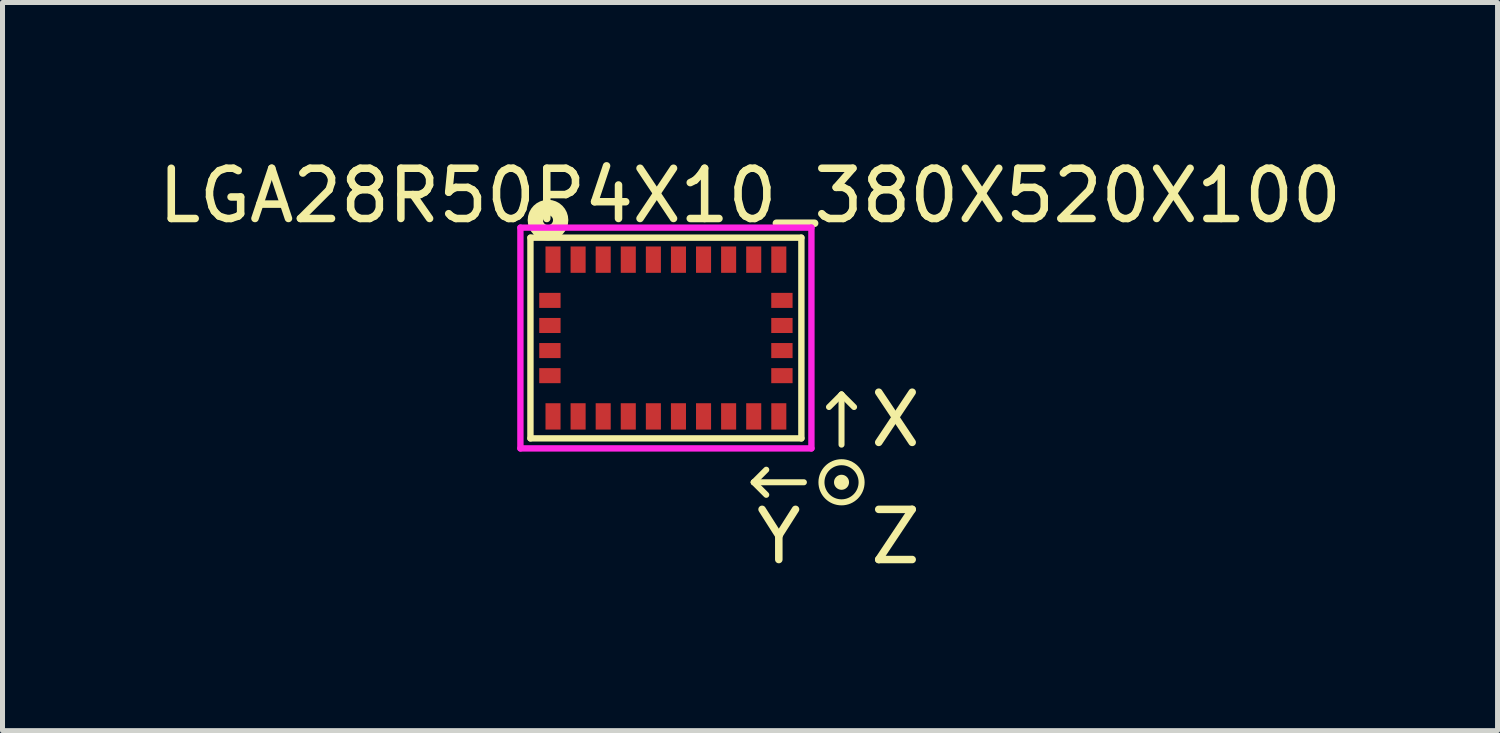
<source format=kicad_pcb>
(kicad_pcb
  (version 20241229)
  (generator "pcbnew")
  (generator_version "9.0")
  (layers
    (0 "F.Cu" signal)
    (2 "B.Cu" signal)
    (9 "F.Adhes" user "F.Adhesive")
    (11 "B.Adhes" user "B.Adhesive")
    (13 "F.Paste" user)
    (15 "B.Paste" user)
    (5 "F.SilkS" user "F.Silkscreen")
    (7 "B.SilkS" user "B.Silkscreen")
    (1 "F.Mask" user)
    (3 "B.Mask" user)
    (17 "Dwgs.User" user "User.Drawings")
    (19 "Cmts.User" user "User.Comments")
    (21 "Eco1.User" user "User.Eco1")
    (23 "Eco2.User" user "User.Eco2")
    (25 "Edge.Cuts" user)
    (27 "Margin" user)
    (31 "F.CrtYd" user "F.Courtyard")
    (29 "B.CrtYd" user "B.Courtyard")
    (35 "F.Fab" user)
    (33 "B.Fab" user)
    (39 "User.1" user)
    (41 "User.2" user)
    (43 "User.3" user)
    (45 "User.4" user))
  (footprint "LGA28R50P4X10_380X520X100"
    (layer "F.Cu")
    (at 10.222 3.687)
    (property "Reference" "LGA28R50P4X10_380X520X100" (at 1.677 -2.838 0) (layer "F.SilkS") (effects (font (size 1.001 1.001) (thickness 0.15))))
    (attr smd allow_soldermask_bridges)
    (fp_line (start -2.7 -2) (end -2.7 2) (stroke (width 0.127) (type solid)) (layer "F.SilkS"))
    (fp_line (start -2.7 2) (end 2.7 2) (stroke (width 0.127) (type solid)) (layer "F.SilkS"))
    (fp_line (start 1.75 2.875) (end 2 2.625) (stroke (width 0.12) (type default)) (layer "F.SilkS"))
    (fp_line (start 2 3.125) (end 1.75 2.875) (stroke (width 0.12) (type default)) (layer "F.SilkS"))
    (fp_line (start 2.7 -2) (end -2.7 -2) (stroke (width 0.127) (type solid)) (layer "F.SilkS"))
    (fp_line (start 2.7 2) (end 2.7 -2) (stroke (width 0.127) (type solid)) (layer "F.SilkS"))
    (fp_line (start 2.75 2.875) (end 1.75 2.875) (stroke (width 0.12) (type default)) (layer "F.SilkS"))
    (fp_line (start 3.25 1.375) (end 3.5 1.125) (stroke (width 0.12) (type default)) (layer "F.SilkS"))
    (fp_line (start 3.5 1.125) (end 3.75 1.375) (stroke (width 0.12) (type default)) (layer "F.SilkS"))
    (fp_line (start 3.5 2.125) (end 3.5 1.125) (stroke (width 0.12) (type default)) (layer "F.SilkS"))
    (fp_circle (center -2.35 -2.35) (end -2.25 -2.35) (stroke (width 0.305) (type solid)) (fill no) (layer "F.SilkS"))
    (fp_circle (center 3.5 2.875) (end 3.65 2.875) (stroke (width 0) (type solid)) (fill yes) (layer "F.SilkS"))
    (fp_circle (center 3.5 2.875) (end 3.9 2.875) (stroke (width 0.12) (type default)) (fill no) (layer "F.SilkS"))
    (fp_line (start -2.9 -2.2) (end 2.9 -2.2) (stroke (width 0.127) (type solid)) (layer "F.CrtYd"))
    (fp_line (start -2.9 2.2) (end -2.9 -2.2) (stroke (width 0.127) (type solid)) (layer "F.CrtYd"))
    (fp_line (start 2.9 -2.2) (end 2.9 2.2) (stroke (width 0.127) (type solid)) (layer "F.CrtYd"))
    (fp_line (start 2.9 2.2) (end -2.9 2.2) (stroke (width 0.127) (type solid)) (layer "F.CrtYd"))
    (fp_text user "Y" (at 2.25 3.375 0) (unlocked yes) (layer "F.SilkS") (effects (font (size 1 1) (thickness 0.15)) (justify top)))
    (fp_text user "X" (at 4 1.625 0) (unlocked yes) (layer "F.SilkS") (effects (font (size 1 1) (thickness 0.15)) (justify left)))
    (fp_text user "Z" (at 4 3.375 0) (unlocked yes) (layer "F.SilkS") (effects (font (size 1 1) (thickness 0.15)) (justify left top)))
    (pad "1" smd rect (at -2.25 -1.562) (size 0.3 0.525) (layers "F.Cu" "F.Mask" "F.Paste"))
    (pad "2" smd rect (at -2.312 -0.75) (size 0.425 0.3) (layers "F.Cu" "F.Mask" "F.Paste"))
    (pad "3" smd rect (at -2.312 -0.25) (size 0.425 0.3) (layers "F.Cu" "F.Mask" "F.Paste"))
    (pad "4" smd rect (at -2.312 0.25) (size 0.425 0.3) (layers "F.Cu" "F.Mask" "F.Paste"))
    (pad "5" smd rect (at -2.312 0.75) (size 0.425 0.3) (layers "F.Cu" "F.Mask" "F.Paste"))
    (pad "6" smd rect (at -2.25 1.562) (size 0.3 0.525) (layers "F.Cu" "F.Mask" "F.Paste"))
    (pad "7" smd rect (at -1.75 1.562) (size 0.3 0.525) (layers "F.Cu" "F.Mask" "F.Paste"))
    (pad "8" smd rect (at -1.25 1.562) (size 0.3 0.525) (layers "F.Cu" "F.Mask" "F.Paste"))
    (pad "9" smd rect (at -0.75 1.562) (size 0.3 0.525) (layers "F.Cu" "F.Mask" "F.Paste"))
    (pad "10" smd rect (at -0.25 1.562) (size 0.3 0.525) (layers "F.Cu" "F.Mask" "F.Paste"))
    (pad "11" smd rect (at 0.25 1.562) (size 0.3 0.525) (layers "F.Cu" "F.Mask" "F.Paste"))
    (pad "12" smd rect (at 0.75 1.562) (size 0.3 0.525) (layers "F.Cu" "F.Mask" "F.Paste"))
    (pad "13" smd rect (at 1.25 1.562) (size 0.3 0.525) (layers "F.Cu" "F.Mask" "F.Paste"))
    (pad "14" smd rect (at 1.75 1.562) (size 0.3 0.525) (layers "F.Cu" "F.Mask" "F.Paste"))
    (pad "15" smd rect (at 2.25 1.562) (size 0.3 0.525) (layers "F.Cu" "F.Mask" "F.Paste"))
    (pad "16" smd rect (at 2.312 0.75) (size 0.425 0.3) (layers "F.Cu" "F.Mask" "F.Paste"))
    (pad "17" smd rect (at 2.312 0.25) (size 0.425 0.3) (layers "F.Cu" "F.Mask" "F.Paste"))
    (pad "18" smd rect (at 2.312 -0.25) (size 0.425 0.3) (layers "F.Cu" "F.Mask" "F.Paste"))
    (pad "19" smd rect (at 2.312 -0.75) (size 0.425 0.3) (layers "F.Cu" "F.Mask" "F.Paste"))
    (pad "20" smd rect (at 2.25 -1.562) (size 0.3 0.525) (layers "F.Cu" "F.Mask" "F.Paste"))
    (pad "21" smd rect (at 1.75 -1.562) (size 0.3 0.525) (layers "F.Cu" "F.Mask" "F.Paste"))
    (pad "22" smd rect (at 1.25 -1.562) (size 0.3 0.525) (layers "F.Cu" "F.Mask" "F.Paste"))
    (pad "23" smd rect (at 0.75 -1.562) (size 0.3 0.525) (layers "F.Cu" "F.Mask" "F.Paste"))
    (pad "24" smd rect (at 0.25 -1.562) (size 0.3 0.525) (layers "F.Cu" "F.Mask" "F.Paste"))
    (pad "25" smd rect (at -0.25 -1.562) (size 0.3 0.525) (layers "F.Cu" "F.Mask" "F.Paste"))
    (pad "26" smd rect (at -0.75 -1.562) (size 0.3 0.525) (layers "F.Cu" "F.Mask" "F.Paste"))
    (pad "27" smd rect (at -1.25 -1.562) (size 0.3 0.525) (layers "F.Cu" "F.Mask" "F.Paste"))
    (pad "28" smd rect (at -1.75 -1.562) (size 0.3 0.525) (layers "F.Cu" "F.Mask" "F.Paste")))
  (gr_rect
    (start -3 -3)
    (end 26.797 11.512)
    (stroke (width 0.1) (type default))
    (fill no)
    (layer "Edge.Cuts")))
</source>
